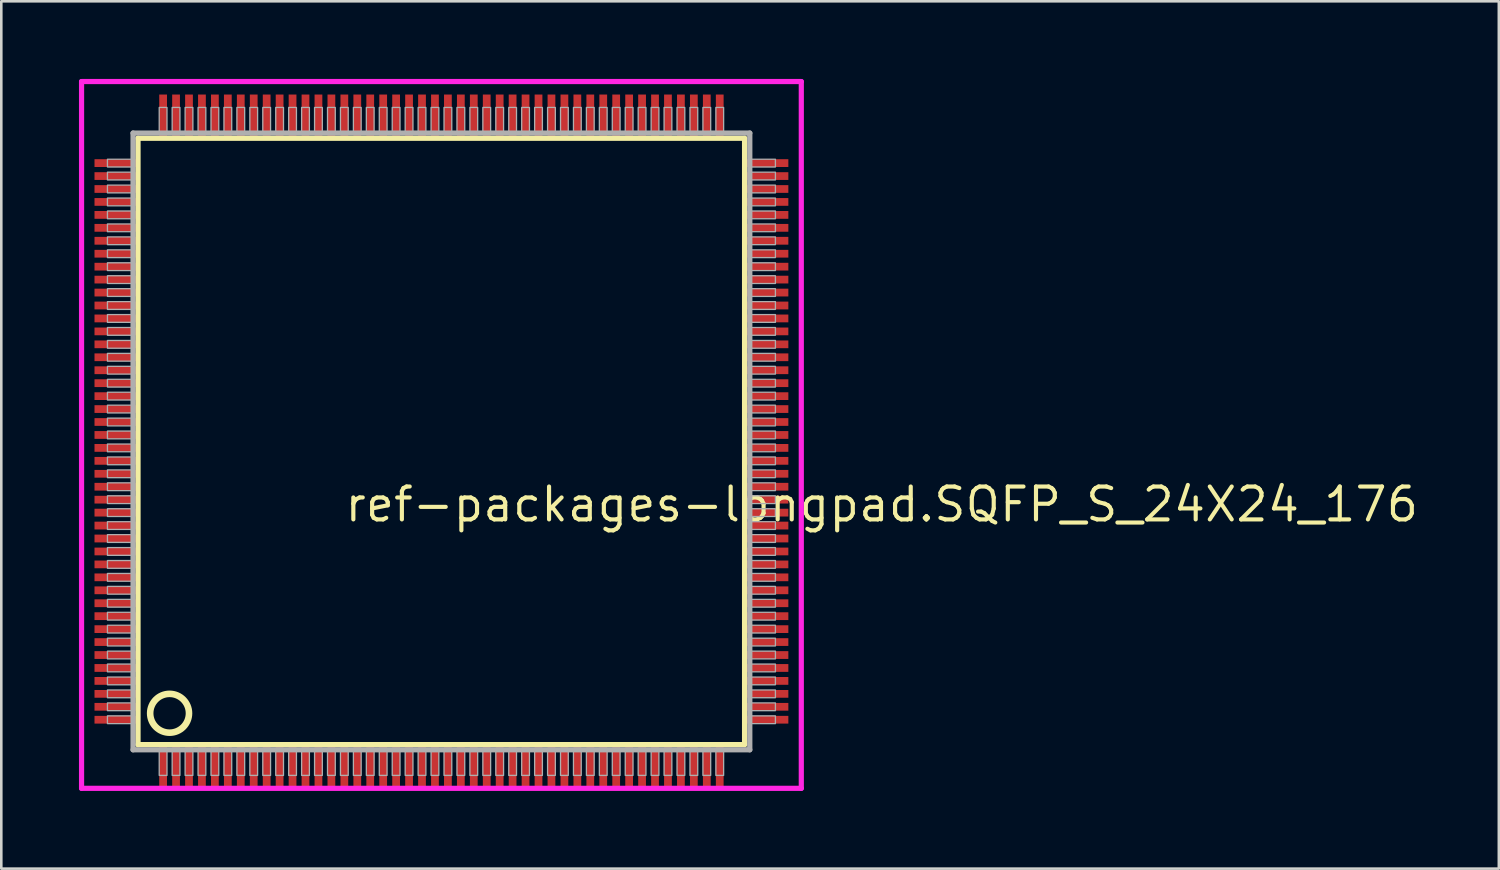
<source format=kicad_pcb>
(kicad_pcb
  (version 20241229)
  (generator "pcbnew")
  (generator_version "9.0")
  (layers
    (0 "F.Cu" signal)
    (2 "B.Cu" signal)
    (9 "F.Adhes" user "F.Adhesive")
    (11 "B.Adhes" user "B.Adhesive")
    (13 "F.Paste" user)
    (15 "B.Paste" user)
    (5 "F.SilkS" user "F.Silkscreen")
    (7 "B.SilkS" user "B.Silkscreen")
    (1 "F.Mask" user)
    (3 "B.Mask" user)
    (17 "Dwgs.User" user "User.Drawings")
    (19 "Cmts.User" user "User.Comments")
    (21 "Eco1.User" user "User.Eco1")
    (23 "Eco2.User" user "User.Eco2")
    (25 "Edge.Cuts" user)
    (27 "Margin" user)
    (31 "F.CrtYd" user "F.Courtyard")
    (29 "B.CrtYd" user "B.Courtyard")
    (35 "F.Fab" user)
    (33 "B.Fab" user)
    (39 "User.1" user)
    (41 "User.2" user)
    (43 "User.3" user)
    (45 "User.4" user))
  (footprint "ref-packages-longpad.SQFP_S_24X24_176"
    (layer "F.Cu")
    (at 14 14)
    (property "Reference" "ref-packages-longpad.SQFP_S_24X24_176" (at -3.81 3.175 0) (layer "F.SilkS") (effects (font (size 1.27 1.27) (thickness 0.16)) (justify left bottom)))
    (attr smd)
    (fp_line (start -11.72 -11.71) (end 11.71 -11.71) (stroke (width 0.203) (type default)) (layer "F.SilkS"))
    (fp_line (start -11.72 11.71) (end -11.72 -11.71) (stroke (width 0.203) (type default)) (layer "F.SilkS"))
    (fp_line (start 11.71 -11.71) (end 11.71 11.71) (stroke (width 0.203) (type default)) (layer "F.SilkS"))
    (fp_line (start 11.71 11.71) (end -11.72 11.71) (stroke (width 0.203) (type default)) (layer "F.SilkS"))
    (fp_circle (center -10.5 10.5) (end -9.75 10.5) (stroke (width 0.254) (type default)) (fill no) (layer "F.SilkS"))
    (fp_line (start -13.9 -13.9) (end 13.9 -13.9) (stroke (width 0.2) (type default)) (layer "F.CrtYd"))
    (fp_line (start -13.9 13.4) (end -13.9 -13.9) (stroke (width 0.2) (type default)) (layer "F.CrtYd"))
    (fp_line (start 13.9 -13.9) (end 13.9 13.4) (stroke (width 0.2) (type default)) (layer "F.CrtYd"))
    (fp_line (start 13.9 13.4) (end -13.9 13.4) (stroke (width 0.2) (type default)) (layer "F.CrtYd"))
    (fp_line (start -11.91 -11.91) (end -11.91 11.91) (stroke (width 0.203) (type default)) (layer "F.Fab"))
    (fp_line (start -11.91 11.91) (end 11.91 11.91) (stroke (width 0.203) (type default)) (layer "F.Fab"))
    (fp_line (start 11.91 -11.91) (end -11.91 -11.91) (stroke (width 0.203) (type default)) (layer "F.Fab"))
    (fp_line (start 11.91 11.91) (end 11.91 -11.91) (stroke (width 0.203) (type default)) (layer "F.Fab"))
    (fp_rect (start -12.9 -10.6) (end -11.95 -10.9) (stroke (width 0.05) (type default)) (fill no) (layer "F.Fab"))
    (fp_rect (start -12.9 -10.1) (end -11.95 -10.4) (stroke (width 0.05) (type default)) (fill no) (layer "F.Fab"))
    (fp_rect (start -12.9 -9.6) (end -11.95 -9.9) (stroke (width 0.05) (type default)) (fill no) (layer "F.Fab"))
    (fp_rect (start -12.9 -9.1) (end -11.95 -9.4) (stroke (width 0.05) (type default)) (fill no) (layer "F.Fab"))
    (fp_rect (start -12.9 -8.6) (end -11.95 -8.9) (stroke (width 0.05) (type default)) (fill no) (layer "F.Fab"))
    (fp_rect (start -12.9 -8.1) (end -11.95 -8.4) (stroke (width 0.05) (type default)) (fill no) (layer "F.Fab"))
    (fp_rect (start -12.9 -7.6) (end -11.95 -7.9) (stroke (width 0.05) (type default)) (fill no) (layer "F.Fab"))
    (fp_rect (start -12.9 -7.1) (end -11.95 -7.4) (stroke (width 0.05) (type default)) (fill no) (layer "F.Fab"))
    (fp_rect (start -12.9 -6.6) (end -11.95 -6.9) (stroke (width 0.05) (type default)) (fill no) (layer "F.Fab"))
    (fp_rect (start -12.9 -6.1) (end -11.95 -6.4) (stroke (width 0.05) (type default)) (fill no) (layer "F.Fab"))
    (fp_rect (start -12.9 -5.6) (end -11.95 -5.9) (stroke (width 0.05) (type default)) (fill no) (layer "F.Fab"))
    (fp_rect (start -12.9 -5.1) (end -11.95 -5.4) (stroke (width 0.05) (type default)) (fill no) (layer "F.Fab"))
    (fp_rect (start -12.9 -4.6) (end -11.95 -4.9) (stroke (width 0.05) (type default)) (fill no) (layer "F.Fab"))
    (fp_rect (start -12.9 -4.1) (end -11.95 -4.4) (stroke (width 0.05) (type default)) (fill no) (layer "F.Fab"))
    (fp_rect (start -12.9 -3.6) (end -11.95 -3.9) (stroke (width 0.05) (type default)) (fill no) (layer "F.Fab"))
    (fp_rect (start -12.9 -3.1) (end -11.95 -3.4) (stroke (width 0.05) (type default)) (fill no) (layer "F.Fab"))
    (fp_rect (start -12.9 -2.6) (end -11.95 -2.9) (stroke (width 0.05) (type default)) (fill no) (layer "F.Fab"))
    (fp_rect (start -12.9 -2.1) (end -11.95 -2.4) (stroke (width 0.05) (type default)) (fill no) (layer "F.Fab"))
    (fp_rect (start -12.9 -1.6) (end -11.95 -1.9) (stroke (width 0.05) (type default)) (fill no) (layer "F.Fab"))
    (fp_rect (start -12.9 -1.1) (end -11.95 -1.4) (stroke (width 0.05) (type default)) (fill no) (layer "F.Fab"))
    (fp_rect (start -12.9 -0.6) (end -11.95 -0.9) (stroke (width 0.05) (type default)) (fill no) (layer "F.Fab"))
    (fp_rect (start -12.9 -0.1) (end -11.95 -0.4) (stroke (width 0.05) (type default)) (fill no) (layer "F.Fab"))
    (fp_rect (start -12.9 0.4) (end -11.95 0.1) (stroke (width 0.05) (type default)) (fill no) (layer "F.Fab"))
    (fp_rect (start -12.9 0.9) (end -11.95 0.6) (stroke (width 0.05) (type default)) (fill no) (layer "F.Fab"))
    (fp_rect (start -12.9 1.4) (end -11.95 1.1) (stroke (width 0.05) (type default)) (fill no) (layer "F.Fab"))
    (fp_rect (start -12.9 1.9) (end -11.95 1.6) (stroke (width 0.05) (type default)) (fill no) (layer "F.Fab"))
    (fp_rect (start -12.9 2.4) (end -11.95 2.1) (stroke (width 0.05) (type default)) (fill no) (layer "F.Fab"))
    (fp_rect (start -12.9 2.9) (end -11.95 2.6) (stroke (width 0.05) (type default)) (fill no) (layer "F.Fab"))
    (fp_rect (start -12.9 3.4) (end -11.95 3.1) (stroke (width 0.05) (type default)) (fill no) (layer "F.Fab"))
    (fp_rect (start -12.9 3.9) (end -11.95 3.6) (stroke (width 0.05) (type default)) (fill no) (layer "F.Fab"))
    (fp_rect (start -12.9 4.4) (end -11.95 4.1) (stroke (width 0.05) (type default)) (fill no) (layer "F.Fab"))
    (fp_rect (start -12.9 4.9) (end -11.95 4.6) (stroke (width 0.05) (type default)) (fill no) (layer "F.Fab"))
    (fp_rect (start -12.9 5.4) (end -11.95 5.1) (stroke (width 0.05) (type default)) (fill no) (layer "F.Fab"))
    (fp_rect (start -12.9 5.9) (end -11.95 5.6) (stroke (width 0.05) (type default)) (fill no) (layer "F.Fab"))
    (fp_rect (start -12.9 6.4) (end -11.95 6.1) (stroke (width 0.05) (type default)) (fill no) (layer "F.Fab"))
    (fp_rect (start -12.9 6.9) (end -11.95 6.6) (stroke (width 0.05) (type default)) (fill no) (layer "F.Fab"))
    (fp_rect (start -12.9 7.4) (end -11.95 7.1) (stroke (width 0.05) (type default)) (fill no) (layer "F.Fab"))
    (fp_rect (start -12.9 7.9) (end -11.95 7.6) (stroke (width 0.05) (type default)) (fill no) (layer "F.Fab"))
    (fp_rect (start -12.9 8.4) (end -11.95 8.1) (stroke (width 0.05) (type default)) (fill no) (layer "F.Fab"))
    (fp_rect (start -12.9 8.9) (end -11.95 8.6) (stroke (width 0.05) (type default)) (fill no) (layer "F.Fab"))
    (fp_rect (start -12.9 9.4) (end -11.95 9.1) (stroke (width 0.05) (type default)) (fill no) (layer "F.Fab"))
    (fp_rect (start -12.9 9.9) (end -11.95 9.6) (stroke (width 0.05) (type default)) (fill no) (layer "F.Fab"))
    (fp_rect (start -12.9 10.4) (end -11.95 10.1) (stroke (width 0.05) (type default)) (fill no) (layer "F.Fab"))
    (fp_rect (start -12.9 10.9) (end -11.95 10.6) (stroke (width 0.05) (type default)) (fill no) (layer "F.Fab"))
    (fp_rect (start -10.9 -11.95) (end -10.6 -12.9) (stroke (width 0.05) (type default)) (fill no) (layer "F.Fab"))
    (fp_rect (start -10.9 12.9) (end -10.6 11.95) (stroke (width 0.05) (type default)) (fill no) (layer "F.Fab"))
    (fp_rect (start -10.4 -11.95) (end -10.1 -12.9) (stroke (width 0.05) (type default)) (fill no) (layer "F.Fab"))
    (fp_rect (start -10.4 12.9) (end -10.1 11.95) (stroke (width 0.05) (type default)) (fill no) (layer "F.Fab"))
    (fp_rect (start -9.9 -11.95) (end -9.6 -12.9) (stroke (width 0.05) (type default)) (fill no) (layer "F.Fab"))
    (fp_rect (start -9.9 12.9) (end -9.6 11.95) (stroke (width 0.05) (type default)) (fill no) (layer "F.Fab"))
    (fp_rect (start -9.4 -11.95) (end -9.1 -12.9) (stroke (width 0.05) (type default)) (fill no) (layer "F.Fab"))
    (fp_rect (start -9.4 12.9) (end -9.1 11.95) (stroke (width 0.05) (type default)) (fill no) (layer "F.Fab"))
    (fp_rect (start -8.9 -11.95) (end -8.6 -12.9) (stroke (width 0.05) (type default)) (fill no) (layer "F.Fab"))
    (fp_rect (start -8.9 12.9) (end -8.6 11.95) (stroke (width 0.05) (type default)) (fill no) (layer "F.Fab"))
    (fp_rect (start -8.4 -11.95) (end -8.1 -12.9) (stroke (width 0.05) (type default)) (fill no) (layer "F.Fab"))
    (fp_rect (start -8.4 12.9) (end -8.1 11.95) (stroke (width 0.05) (type default)) (fill no) (layer "F.Fab"))
    (fp_rect (start -7.9 -11.95) (end -7.6 -12.9) (stroke (width 0.05) (type default)) (fill no) (layer "F.Fab"))
    (fp_rect (start -7.9 12.9) (end -7.6 11.95) (stroke (width 0.05) (type default)) (fill no) (layer "F.Fab"))
    (fp_rect (start -7.4 -11.95) (end -7.1 -12.9) (stroke (width 0.05) (type default)) (fill no) (layer "F.Fab"))
    (fp_rect (start -7.4 12.9) (end -7.1 11.95) (stroke (width 0.05) (type default)) (fill no) (layer "F.Fab"))
    (fp_rect (start -6.9 -11.95) (end -6.6 -12.9) (stroke (width 0.05) (type default)) (fill no) (layer "F.Fab"))
    (fp_rect (start -6.9 12.9) (end -6.6 11.95) (stroke (width 0.05) (type default)) (fill no) (layer "F.Fab"))
    (fp_rect (start -6.4 -11.95) (end -6.1 -12.9) (stroke (width 0.05) (type default)) (fill no) (layer "F.Fab"))
    (fp_rect (start -6.4 12.9) (end -6.1 11.95) (stroke (width 0.05) (type default)) (fill no) (layer "F.Fab"))
    (fp_rect (start -5.9 -11.95) (end -5.6 -12.9) (stroke (width 0.05) (type default)) (fill no) (layer "F.Fab"))
    (fp_rect (start -5.9 12.9) (end -5.6 11.95) (stroke (width 0.05) (type default)) (fill no) (layer "F.Fab"))
    (fp_rect (start -5.4 -11.95) (end -5.1 -12.9) (stroke (width 0.05) (type default)) (fill no) (layer "F.Fab"))
    (fp_rect (start -5.4 12.9) (end -5.1 11.95) (stroke (width 0.05) (type default)) (fill no) (layer "F.Fab"))
    (fp_rect (start -4.9 -11.95) (end -4.6 -12.9) (stroke (width 0.05) (type default)) (fill no) (layer "F.Fab"))
    (fp_rect (start -4.9 12.9) (end -4.6 11.95) (stroke (width 0.05) (type default)) (fill no) (layer "F.Fab"))
    (fp_rect (start -4.4 -11.95) (end -4.1 -12.9) (stroke (width 0.05) (type default)) (fill no) (layer "F.Fab"))
    (fp_rect (start -4.4 12.9) (end -4.1 11.95) (stroke (width 0.05) (type default)) (fill no) (layer "F.Fab"))
    (fp_rect (start -3.9 -11.95) (end -3.6 -12.9) (stroke (width 0.05) (type default)) (fill no) (layer "F.Fab"))
    (fp_rect (start -3.9 12.9) (end -3.6 11.95) (stroke (width 0.05) (type default)) (fill no) (layer "F.Fab"))
    (fp_rect (start -3.4 -11.95) (end -3.1 -12.9) (stroke (width 0.05) (type default)) (fill no) (layer "F.Fab"))
    (fp_rect (start -3.4 12.9) (end -3.1 11.95) (stroke (width 0.05) (type default)) (fill no) (layer "F.Fab"))
    (fp_rect (start -2.9 -11.95) (end -2.6 -12.9) (stroke (width 0.05) (type default)) (fill no) (layer "F.Fab"))
    (fp_rect (start -2.9 12.9) (end -2.6 11.95) (stroke (width 0.05) (type default)) (fill no) (layer "F.Fab"))
    (fp_rect (start -2.4 -11.95) (end -2.1 -12.9) (stroke (width 0.05) (type default)) (fill no) (layer "F.Fab"))
    (fp_rect (start -2.4 12.9) (end -2.1 11.95) (stroke (width 0.05) (type default)) (fill no) (layer "F.Fab"))
    (fp_rect (start -1.9 -11.95) (end -1.6 -12.9) (stroke (width 0.05) (type default)) (fill no) (layer "F.Fab"))
    (fp_rect (start -1.9 12.9) (end -1.6 11.95) (stroke (width 0.05) (type default)) (fill no) (layer "F.Fab"))
    (fp_rect (start -1.4 -11.95) (end -1.1 -12.9) (stroke (width 0.05) (type default)) (fill no) (layer "F.Fab"))
    (fp_rect (start -1.4 12.9) (end -1.1 11.95) (stroke (width 0.05) (type default)) (fill no) (layer "F.Fab"))
    (fp_rect (start -0.9 -11.95) (end -0.6 -12.9) (stroke (width 0.05) (type default)) (fill no) (layer "F.Fab"))
    (fp_rect (start -0.9 12.9) (end -0.6 11.95) (stroke (width 0.05) (type default)) (fill no) (layer "F.Fab"))
    (fp_rect (start -0.4 -11.95) (end -0.1 -12.9) (stroke (width 0.05) (type default)) (fill no) (layer "F.Fab"))
    (fp_rect (start -0.4 12.9) (end -0.1 11.95) (stroke (width 0.05) (type default)) (fill no) (layer "F.Fab"))
    (fp_rect (start 0.1 -11.95) (end 0.4 -12.9) (stroke (width 0.05) (type default)) (fill no) (layer "F.Fab"))
    (fp_rect (start 0.1 12.9) (end 0.4 11.95) (stroke (width 0.05) (type default)) (fill no) (layer "F.Fab"))
    (fp_rect (start 0.6 -11.95) (end 0.9 -12.9) (stroke (width 0.05) (type default)) (fill no) (layer "F.Fab"))
    (fp_rect (start 0.6 12.9) (end 0.9 11.95) (stroke (width 0.05) (type default)) (fill no) (layer "F.Fab"))
    (fp_rect (start 1.1 -11.95) (end 1.4 -12.9) (stroke (width 0.05) (type default)) (fill no) (layer "F.Fab"))
    (fp_rect (start 1.1 12.9) (end 1.4 11.95) (stroke (width 0.05) (type default)) (fill no) (layer "F.Fab"))
    (fp_rect (start 1.6 -11.95) (end 1.9 -12.9) (stroke (width 0.05) (type default)) (fill no) (layer "F.Fab"))
    (fp_rect (start 1.6 12.9) (end 1.9 11.95) (stroke (width 0.05) (type default)) (fill no) (layer "F.Fab"))
    (fp_rect (start 2.1 -11.95) (end 2.4 -12.9) (stroke (width 0.05) (type default)) (fill no) (layer "F.Fab"))
    (fp_rect (start 2.1 12.9) (end 2.4 11.95) (stroke (width 0.05) (type default)) (fill no) (layer "F.Fab"))
    (fp_rect (start 2.6 -11.95) (end 2.9 -12.9) (stroke (width 0.05) (type default)) (fill no) (layer "F.Fab"))
    (fp_rect (start 2.6 12.9) (end 2.9 11.95) (stroke (width 0.05) (type default)) (fill no) (layer "F.Fab"))
    (fp_rect (start 3.1 -11.95) (end 3.4 -12.9) (stroke (width 0.05) (type default)) (fill no) (layer "F.Fab"))
    (fp_rect (start 3.1 12.9) (end 3.4 11.95) (stroke (width 0.05) (type default)) (fill no) (layer "F.Fab"))
    (fp_rect (start 3.6 -11.95) (end 3.9 -12.9) (stroke (width 0.05) (type default)) (fill no) (layer "F.Fab"))
    (fp_rect (start 3.6 12.9) (end 3.9 11.95) (stroke (width 0.05) (type default)) (fill no) (layer "F.Fab"))
    (fp_rect (start 4.1 -11.95) (end 4.4 -12.9) (stroke (width 0.05) (type default)) (fill no) (layer "F.Fab"))
    (fp_rect (start 4.1 12.9) (end 4.4 11.95) (stroke (width 0.05) (type default)) (fill no) (layer "F.Fab"))
    (fp_rect (start 4.6 -11.95) (end 4.9 -12.9) (stroke (width 0.05) (type default)) (fill no) (layer "F.Fab"))
    (fp_rect (start 4.6 12.9) (end 4.9 11.95) (stroke (width 0.05) (type default)) (fill no) (layer "F.Fab"))
    (fp_rect (start 5.1 -11.95) (end 5.4 -12.9) (stroke (width 0.05) (type default)) (fill no) (layer "F.Fab"))
    (fp_rect (start 5.1 12.9) (end 5.4 11.95) (stroke (width 0.05) (type default)) (fill no) (layer "F.Fab"))
    (fp_rect (start 5.6 -11.95) (end 5.9 -12.9) (stroke (width 0.05) (type default)) (fill no) (layer "F.Fab"))
    (fp_rect (start 5.6 12.9) (end 5.9 11.95) (stroke (width 0.05) (type default)) (fill no) (layer "F.Fab"))
    (fp_rect (start 6.1 -11.95) (end 6.4 -12.9) (stroke (width 0.05) (type default)) (fill no) (layer "F.Fab"))
    (fp_rect (start 6.1 12.9) (end 6.4 11.95) (stroke (width 0.05) (type default)) (fill no) (layer "F.Fab"))
    (fp_rect (start 6.6 -11.95) (end 6.9 -12.9) (stroke (width 0.05) (type default)) (fill no) (layer "F.Fab"))
    (fp_rect (start 6.6 12.9) (end 6.9 11.95) (stroke (width 0.05) (type default)) (fill no) (layer "F.Fab"))
    (fp_rect (start 7.1 -11.95) (end 7.4 -12.9) (stroke (width 0.05) (type default)) (fill no) (layer "F.Fab"))
    (fp_rect (start 7.1 12.9) (end 7.4 11.95) (stroke (width 0.05) (type default)) (fill no) (layer "F.Fab"))
    (fp_rect (start 7.6 -11.95) (end 7.9 -12.9) (stroke (width 0.05) (type default)) (fill no) (layer "F.Fab"))
    (fp_rect (start 7.6 12.9) (end 7.9 11.95) (stroke (width 0.05) (type default)) (fill no) (layer "F.Fab"))
    (fp_rect (start 8.1 -11.95) (end 8.4 -12.9) (stroke (width 0.05) (type default)) (fill no) (layer "F.Fab"))
    (fp_rect (start 8.1 12.9) (end 8.4 11.95) (stroke (width 0.05) (type default)) (fill no) (layer "F.Fab"))
    (fp_rect (start 8.6 -11.95) (end 8.9 -12.9) (stroke (width 0.05) (type default)) (fill no) (layer "F.Fab"))
    (fp_rect (start 8.6 12.9) (end 8.9 11.95) (stroke (width 0.05) (type default)) (fill no) (layer "F.Fab"))
    (fp_rect (start 9.1 -11.95) (end 9.4 -12.9) (stroke (width 0.05) (type default)) (fill no) (layer "F.Fab"))
    (fp_rect (start 9.1 12.9) (end 9.4 11.95) (stroke (width 0.05) (type default)) (fill no) (layer "F.Fab"))
    (fp_rect (start 9.6 -11.95) (end 9.9 -12.9) (stroke (width 0.05) (type default)) (fill no) (layer "F.Fab"))
    (fp_rect (start 9.6 12.9) (end 9.9 11.95) (stroke (width 0.05) (type default)) (fill no) (layer "F.Fab"))
    (fp_rect (start 10.1 -11.95) (end 10.4 -12.9) (stroke (width 0.05) (type default)) (fill no) (layer "F.Fab"))
    (fp_rect (start 10.1 12.9) (end 10.4 11.95) (stroke (width 0.05) (type default)) (fill no) (layer "F.Fab"))
    (fp_rect (start 10.6 -11.95) (end 10.9 -12.9) (stroke (width 0.05) (type default)) (fill no) (layer "F.Fab"))
    (fp_rect (start 10.6 12.9) (end 10.9 11.95) (stroke (width 0.05) (type default)) (fill no) (layer "F.Fab"))
    (fp_rect (start 11.95 -10.6) (end 12.9 -10.9) (stroke (width 0.05) (type default)) (fill no) (layer "F.Fab"))
    (fp_rect (start 11.95 -10.1) (end 12.9 -10.4) (stroke (width 0.05) (type default)) (fill no) (layer "F.Fab"))
    (fp_rect (start 11.95 -9.6) (end 12.9 -9.9) (stroke (width 0.05) (type default)) (fill no) (layer "F.Fab"))
    (fp_rect (start 11.95 -9.1) (end 12.9 -9.4) (stroke (width 0.05) (type default)) (fill no) (layer "F.Fab"))
    (fp_rect (start 11.95 -8.6) (end 12.9 -8.9) (stroke (width 0.05) (type default)) (fill no) (layer "F.Fab"))
    (fp_rect (start 11.95 -8.1) (end 12.9 -8.4) (stroke (width 0.05) (type default)) (fill no) (layer "F.Fab"))
    (fp_rect (start 11.95 -7.6) (end 12.9 -7.9) (stroke (width 0.05) (type default)) (fill no) (layer "F.Fab"))
    (fp_rect (start 11.95 -7.1) (end 12.9 -7.4) (stroke (width 0.05) (type default)) (fill no) (layer "F.Fab"))
    (fp_rect (start 11.95 -6.6) (end 12.9 -6.9) (stroke (width 0.05) (type default)) (fill no) (layer "F.Fab"))
    (fp_rect (start 11.95 -6.1) (end 12.9 -6.4) (stroke (width 0.05) (type default)) (fill no) (layer "F.Fab"))
    (fp_rect (start 11.95 -5.6) (end 12.9 -5.9) (stroke (width 0.05) (type default)) (fill no) (layer "F.Fab"))
    (fp_rect (start 11.95 -5.1) (end 12.9 -5.4) (stroke (width 0.05) (type default)) (fill no) (layer "F.Fab"))
    (fp_rect (start 11.95 -4.6) (end 12.9 -4.9) (stroke (width 0.05) (type default)) (fill no) (layer "F.Fab"))
    (fp_rect (start 11.95 -4.1) (end 12.9 -4.4) (stroke (width 0.05) (type default)) (fill no) (layer "F.Fab"))
    (fp_rect (start 11.95 -3.6) (end 12.9 -3.9) (stroke (width 0.05) (type default)) (fill no) (layer "F.Fab"))
    (fp_rect (start 11.95 -3.1) (end 12.9 -3.4) (stroke (width 0.05) (type default)) (fill no) (layer "F.Fab"))
    (fp_rect (start 11.95 -2.6) (end 12.9 -2.9) (stroke (width 0.05) (type default)) (fill no) (layer "F.Fab"))
    (fp_rect (start 11.95 -2.1) (end 12.9 -2.4) (stroke (width 0.05) (type default)) (fill no) (layer "F.Fab"))
    (fp_rect (start 11.95 -1.6) (end 12.9 -1.9) (stroke (width 0.05) (type default)) (fill no) (layer "F.Fab"))
    (fp_rect (start 11.95 -1.1) (end 12.9 -1.4) (stroke (width 0.05) (type default)) (fill no) (layer "F.Fab"))
    (fp_rect (start 11.95 -0.6) (end 12.9 -0.9) (stroke (width 0.05) (type default)) (fill no) (layer "F.Fab"))
    (fp_rect (start 11.95 -0.1) (end 12.9 -0.4) (stroke (width 0.05) (type default)) (fill no) (layer "F.Fab"))
    (fp_rect (start 11.95 0.4) (end 12.9 0.1) (stroke (width 0.05) (type default)) (fill no) (layer "F.Fab"))
    (fp_rect (start 11.95 0.9) (end 12.9 0.6) (stroke (width 0.05) (type default)) (fill no) (layer "F.Fab"))
    (fp_rect (start 11.95 1.4) (end 12.9 1.1) (stroke (width 0.05) (type default)) (fill no) (layer "F.Fab"))
    (fp_rect (start 11.95 1.9) (end 12.9 1.6) (stroke (width 0.05) (type default)) (fill no) (layer "F.Fab"))
    (fp_rect (start 11.95 2.4) (end 12.9 2.1) (stroke (width 0.05) (type default)) (fill no) (layer "F.Fab"))
    (fp_rect (start 11.95 2.9) (end 12.9 2.6) (stroke (width 0.05) (type default)) (fill no) (layer "F.Fab"))
    (fp_rect (start 11.95 3.4) (end 12.9 3.1) (stroke (width 0.05) (type default)) (fill no) (layer "F.Fab"))
    (fp_rect (start 11.95 3.9) (end 12.9 3.6) (stroke (width 0.05) (type default)) (fill no) (layer "F.Fab"))
    (fp_rect (start 11.95 4.4) (end 12.9 4.1) (stroke (width 0.05) (type default)) (fill no) (layer "F.Fab"))
    (fp_rect (start 11.95 4.9) (end 12.9 4.6) (stroke (width 0.05) (type default)) (fill no) (layer "F.Fab"))
    (fp_rect (start 11.95 5.4) (end 12.9 5.1) (stroke (width 0.05) (type default)) (fill no) (layer "F.Fab"))
    (fp_rect (start 11.95 5.9) (end 12.9 5.6) (stroke (width 0.05) (type default)) (fill no) (layer "F.Fab"))
    (fp_rect (start 11.95 6.4) (end 12.9 6.1) (stroke (width 0.05) (type default)) (fill no) (layer "F.Fab"))
    (fp_rect (start 11.95 6.9) (end 12.9 6.6) (stroke (width 0.05) (type default)) (fill no) (layer "F.Fab"))
    (fp_rect (start 11.95 7.4) (end 12.9 7.1) (stroke (width 0.05) (type default)) (fill no) (layer "F.Fab"))
    (fp_rect (start 11.95 7.9) (end 12.9 7.6) (stroke (width 0.05) (type default)) (fill no) (layer "F.Fab"))
    (fp_rect (start 11.95 8.4) (end 12.9 8.1) (stroke (width 0.05) (type default)) (fill no) (layer "F.Fab"))
    (fp_rect (start 11.95 8.9) (end 12.9 8.6) (stroke (width 0.05) (type default)) (fill no) (layer "F.Fab"))
    (fp_rect (start 11.95 9.4) (end 12.9 9.1) (stroke (width 0.05) (type default)) (fill no) (layer "F.Fab"))
    (fp_rect (start 11.95 9.9) (end 12.9 9.6) (stroke (width 0.05) (type default)) (fill no) (layer "F.Fab"))
    (fp_rect (start 11.95 10.4) (end 12.9 10.1) (stroke (width 0.05) (type default)) (fill no) (layer "F.Fab"))
    (fp_rect (start 11.95 10.9) (end 12.9 10.6) (stroke (width 0.05) (type default)) (fill no) (layer "F.Fab"))
    (pad "1" smd roundrect (at -10.75 12.6) (size 0.3 1.6) (layers "F.Cu" "F.Mask" "F.Paste") (roundrect_rratio 0.01))
    (pad "2" smd roundrect (at -10.25 12.6) (size 0.3 1.6) (layers "F.Cu" "F.Mask" "F.Paste") (roundrect_rratio 0.01))
    (pad "3" smd roundrect (at -9.75 12.6) (size 0.3 1.6) (layers "F.Cu" "F.Mask" "F.Paste") (roundrect_rratio 0.01))
    (pad "4" smd roundrect (at -9.25 12.6) (size 0.3 1.6) (layers "F.Cu" "F.Mask" "F.Paste") (roundrect_rratio 0.01))
    (pad "5" smd roundrect (at -8.75 12.6) (size 0.3 1.6) (layers "F.Cu" "F.Mask" "F.Paste") (roundrect_rratio 0.01))
    (pad "6" smd roundrect (at -8.25 12.6) (size 0.3 1.6) (layers "F.Cu" "F.Mask" "F.Paste") (roundrect_rratio 0.01))
    (pad "7" smd roundrect (at -7.75 12.6) (size 0.3 1.6) (layers "F.Cu" "F.Mask" "F.Paste") (roundrect_rratio 0.01))
    (pad "8" smd roundrect (at -7.25 12.6) (size 0.3 1.6) (layers "F.Cu" "F.Mask" "F.Paste") (roundrect_rratio 0.01))
    (pad "9" smd roundrect (at -6.75 12.6) (size 0.3 1.6) (layers "F.Cu" "F.Mask" "F.Paste") (roundrect_rratio 0.01))
    (pad "10" smd roundrect (at -6.25 12.6) (size 0.3 1.6) (layers "F.Cu" "F.Mask" "F.Paste") (roundrect_rratio 0.01))
    (pad "11" smd roundrect (at -5.75 12.6) (size 0.3 1.6) (layers "F.Cu" "F.Mask" "F.Paste") (roundrect_rratio 0.01))
    (pad "12" smd roundrect (at -5.25 12.6) (size 0.3 1.6) (layers "F.Cu" "F.Mask" "F.Paste") (roundrect_rratio 0.01))
    (pad "13" smd roundrect (at -4.75 12.6) (size 0.3 1.6) (layers "F.Cu" "F.Mask" "F.Paste") (roundrect_rratio 0.01))
    (pad "14" smd roundrect (at -4.25 12.6) (size 0.3 1.6) (layers "F.Cu" "F.Mask" "F.Paste") (roundrect_rratio 0.01))
    (pad "15" smd roundrect (at -3.75 12.6) (size 0.3 1.6) (layers "F.Cu" "F.Mask" "F.Paste") (roundrect_rratio 0.01))
    (pad "16" smd roundrect (at -3.25 12.6) (size 0.3 1.6) (layers "F.Cu" "F.Mask" "F.Paste") (roundrect_rratio 0.01))
    (pad "17" smd roundrect (at -2.75 12.6) (size 0.3 1.6) (layers "F.Cu" "F.Mask" "F.Paste") (roundrect_rratio 0.01))
    (pad "18" smd roundrect (at -2.25 12.6) (size 0.3 1.6) (layers "F.Cu" "F.Mask" "F.Paste") (roundrect_rratio 0.01))
    (pad "19" smd roundrect (at -1.75 12.6) (size 0.3 1.6) (layers "F.Cu" "F.Mask" "F.Paste") (roundrect_rratio 0.01))
    (pad "20" smd roundrect (at -1.25 12.6) (size 0.3 1.6) (layers "F.Cu" "F.Mask" "F.Paste") (roundrect_rratio 0.01))
    (pad "21" smd roundrect (at -0.75 12.6) (size 0.3 1.6) (layers "F.Cu" "F.Mask" "F.Paste") (roundrect_rratio 0.01))
    (pad "22" smd roundrect (at -0.25 12.6) (size 0.3 1.6) (layers "F.Cu" "F.Mask" "F.Paste") (roundrect_rratio 0.01))
    (pad "23" smd roundrect (at 0.25 12.6) (size 0.3 1.6) (layers "F.Cu" "F.Mask" "F.Paste") (roundrect_rratio 0.01))
    (pad "24" smd roundrect (at 0.75 12.6) (size 0.3 1.6) (layers "F.Cu" "F.Mask" "F.Paste") (roundrect_rratio 0.01))
    (pad "25" smd roundrect (at 1.25 12.6) (size 0.3 1.6) (layers "F.Cu" "F.Mask" "F.Paste") (roundrect_rratio 0.01))
    (pad "26" smd roundrect (at 1.75 12.6) (size 0.3 1.6) (layers "F.Cu" "F.Mask" "F.Paste") (roundrect_rratio 0.01))
    (pad "27" smd roundrect (at 2.25 12.6) (size 0.3 1.6) (layers "F.Cu" "F.Mask" "F.Paste") (roundrect_rratio 0.01))
    (pad "28" smd roundrect (at 2.75 12.6) (size 0.3 1.6) (layers "F.Cu" "F.Mask" "F.Paste") (roundrect_rratio 0.01))
    (pad "29" smd roundrect (at 3.25 12.6) (size 0.3 1.6) (layers "F.Cu" "F.Mask" "F.Paste") (roundrect_rratio 0.01))
    (pad "30" smd roundrect (at 3.75 12.6) (size 0.3 1.6) (layers "F.Cu" "F.Mask" "F.Paste") (roundrect_rratio 0.01))
    (pad "31" smd roundrect (at 4.25 12.6) (size 0.3 1.6) (layers "F.Cu" "F.Mask" "F.Paste") (roundrect_rratio 0.01))
    (pad "32" smd roundrect (at 4.75 12.6) (size 0.3 1.6) (layers "F.Cu" "F.Mask" "F.Paste") (roundrect_rratio 0.01))
    (pad "33" smd roundrect (at 5.25 12.6) (size 0.3 1.6) (layers "F.Cu" "F.Mask" "F.Paste") (roundrect_rratio 0.01))
    (pad "34" smd roundrect (at 5.75 12.6) (size 0.3 1.6) (layers "F.Cu" "F.Mask" "F.Paste") (roundrect_rratio 0.01))
    (pad "35" smd roundrect (at 6.25 12.6) (size 0.3 1.6) (layers "F.Cu" "F.Mask" "F.Paste") (roundrect_rratio 0.01))
    (pad "36" smd roundrect (at 6.75 12.6) (size 0.3 1.6) (layers "F.Cu" "F.Mask" "F.Paste") (roundrect_rratio 0.01))
    (pad "37" smd roundrect (at 7.25 12.6) (size 0.3 1.6) (layers "F.Cu" "F.Mask" "F.Paste") (roundrect_rratio 0.01))
    (pad "38" smd roundrect (at 7.75 12.6) (size 0.3 1.6) (layers "F.Cu" "F.Mask" "F.Paste") (roundrect_rratio 0.01))
    (pad "39" smd roundrect (at 8.25 12.6) (size 0.3 1.6) (layers "F.Cu" "F.Mask" "F.Paste") (roundrect_rratio 0.01))
    (pad "40" smd roundrect (at 8.75 12.6) (size 0.3 1.6) (layers "F.Cu" "F.Mask" "F.Paste") (roundrect_rratio 0.01))
    (pad "41" smd roundrect (at 9.25 12.6) (size 0.3 1.6) (layers "F.Cu" "F.Mask" "F.Paste") (roundrect_rratio 0.01))
    (pad "42" smd roundrect (at 9.75 12.6) (size 0.3 1.6) (layers "F.Cu" "F.Mask" "F.Paste") (roundrect_rratio 0.01))
    (pad "43" smd roundrect (at 10.25 12.6) (size 0.3 1.6) (layers "F.Cu" "F.Mask" "F.Paste") (roundrect_rratio 0.01))
    (pad "44" smd roundrect (at 10.75 12.6) (size 0.3 1.6) (layers "F.Cu" "F.Mask" "F.Paste") (roundrect_rratio 0.01))
    (pad "45" smd roundrect (at 12.6 10.75) (size 1.6 0.3) (layers "F.Cu" "F.Mask" "F.Paste") (roundrect_rratio 0.01))
    (pad "46" smd roundrect (at 12.6 10.25) (size 1.6 0.3) (layers "F.Cu" "F.Mask" "F.Paste") (roundrect_rratio 0.01))
    (pad "47" smd roundrect (at 12.6 9.75) (size 1.6 0.3) (layers "F.Cu" "F.Mask" "F.Paste") (roundrect_rratio 0.01))
    (pad "48" smd roundrect (at 12.6 9.25) (size 1.6 0.3) (layers "F.Cu" "F.Mask" "F.Paste") (roundrect_rratio 0.01))
    (pad "49" smd roundrect (at 12.6 8.75) (size 1.6 0.3) (layers "F.Cu" "F.Mask" "F.Paste") (roundrect_rratio 0.01))
    (pad "50" smd roundrect (at 12.6 8.25) (size 1.6 0.3) (layers "F.Cu" "F.Mask" "F.Paste") (roundrect_rratio 0.01))
    (pad "51" smd roundrect (at 12.6 7.75) (size 1.6 0.3) (layers "F.Cu" "F.Mask" "F.Paste") (roundrect_rratio 0.01))
    (pad "52" smd roundrect (at 12.6 7.25) (size 1.6 0.3) (layers "F.Cu" "F.Mask" "F.Paste") (roundrect_rratio 0.01))
    (pad "53" smd roundrect (at 12.6 6.75) (size 1.6 0.3) (layers "F.Cu" "F.Mask" "F.Paste") (roundrect_rratio 0.01))
    (pad "54" smd roundrect (at 12.6 6.25) (size 1.6 0.3) (layers "F.Cu" "F.Mask" "F.Paste") (roundrect_rratio 0.01))
    (pad "55" smd roundrect (at 12.6 5.75) (size 1.6 0.3) (layers "F.Cu" "F.Mask" "F.Paste") (roundrect_rratio 0.01))
    (pad "56" smd roundrect (at 12.6 5.25) (size 1.6 0.3) (layers "F.Cu" "F.Mask" "F.Paste") (roundrect_rratio 0.01))
    (pad "57" smd roundrect (at 12.6 4.75) (size 1.6 0.3) (layers "F.Cu" "F.Mask" "F.Paste") (roundrect_rratio 0.01))
    (pad "58" smd roundrect (at 12.6 4.25) (size 1.6 0.3) (layers "F.Cu" "F.Mask" "F.Paste") (roundrect_rratio 0.01))
    (pad "59" smd roundrect (at 12.6 3.75) (size 1.6 0.3) (layers "F.Cu" "F.Mask" "F.Paste") (roundrect_rratio 0.01))
    (pad "60" smd roundrect (at 12.6 3.25) (size 1.6 0.3) (layers "F.Cu" "F.Mask" "F.Paste") (roundrect_rratio 0.01))
    (pad "61" smd roundrect (at 12.6 2.75) (size 1.6 0.3) (layers "F.Cu" "F.Mask" "F.Paste") (roundrect_rratio 0.01))
    (pad "62" smd roundrect (at 12.6 2.25) (size 1.6 0.3) (layers "F.Cu" "F.Mask" "F.Paste") (roundrect_rratio 0.01))
    (pad "63" smd roundrect (at 12.6 1.75) (size 1.6 0.3) (layers "F.Cu" "F.Mask" "F.Paste") (roundrect_rratio 0.01))
    (pad "64" smd roundrect (at 12.6 1.25) (size 1.6 0.3) (layers "F.Cu" "F.Mask" "F.Paste") (roundrect_rratio 0.01))
    (pad "65" smd roundrect (at 12.6 0.75) (size 1.6 0.3) (layers "F.Cu" "F.Mask" "F.Paste") (roundrect_rratio 0.01))
    (pad "66" smd roundrect (at 12.6 0.25) (size 1.6 0.3) (layers "F.Cu" "F.Mask" "F.Paste") (roundrect_rratio 0.01))
    (pad "67" smd roundrect (at 12.6 -0.25) (size 1.6 0.3) (layers "F.Cu" "F.Mask" "F.Paste") (roundrect_rratio 0.01))
    (pad "68" smd roundrect (at 12.6 -0.75) (size 1.6 0.3) (layers "F.Cu" "F.Mask" "F.Paste") (roundrect_rratio 0.01))
    (pad "69" smd roundrect (at 12.6 -1.25) (size 1.6 0.3) (layers "F.Cu" "F.Mask" "F.Paste") (roundrect_rratio 0.01))
    (pad "70" smd roundrect (at 12.6 -1.75) (size 1.6 0.3) (layers "F.Cu" "F.Mask" "F.Paste") (roundrect_rratio 0.01))
    (pad "71" smd roundrect (at 12.6 -2.25) (size 1.6 0.3) (layers "F.Cu" "F.Mask" "F.Paste") (roundrect_rratio 0.01))
    (pad "72" smd roundrect (at 12.6 -2.75) (size 1.6 0.3) (layers "F.Cu" "F.Mask" "F.Paste") (roundrect_rratio 0.01))
    (pad "73" smd roundrect (at 12.6 -3.25) (size 1.6 0.3) (layers "F.Cu" "F.Mask" "F.Paste") (roundrect_rratio 0.01))
    (pad "74" smd roundrect (at 12.6 -3.75) (size 1.6 0.3) (layers "F.Cu" "F.Mask" "F.Paste") (roundrect_rratio 0.01))
    (pad "75" smd roundrect (at 12.6 -4.25) (size 1.6 0.3) (layers "F.Cu" "F.Mask" "F.Paste") (roundrect_rratio 0.01))
    (pad "76" smd roundrect (at 12.6 -4.75) (size 1.6 0.3) (layers "F.Cu" "F.Mask" "F.Paste") (roundrect_rratio 0.01))
    (pad "77" smd roundrect (at 12.6 -5.25) (size 1.6 0.3) (layers "F.Cu" "F.Mask" "F.Paste") (roundrect_rratio 0.01))
    (pad "78" smd roundrect (at 12.6 -5.75) (size 1.6 0.3) (layers "F.Cu" "F.Mask" "F.Paste") (roundrect_rratio 0.01))
    (pad "79" smd roundrect (at 12.6 -6.25) (size 1.6 0.3) (layers "F.Cu" "F.Mask" "F.Paste") (roundrect_rratio 0.01))
    (pad "80" smd roundrect (at 12.6 -6.75) (size 1.6 0.3) (layers "F.Cu" "F.Mask" "F.Paste") (roundrect_rratio 0.01))
    (pad "81" smd roundrect (at 12.6 -7.25) (size 1.6 0.3) (layers "F.Cu" "F.Mask" "F.Paste") (roundrect_rratio 0.01))
    (pad "82" smd roundrect (at 12.6 -7.75) (size 1.6 0.3) (layers "F.Cu" "F.Mask" "F.Paste") (roundrect_rratio 0.01))
    (pad "83" smd roundrect (at 12.6 -8.25) (size 1.6 0.3) (layers "F.Cu" "F.Mask" "F.Paste") (roundrect_rratio 0.01))
    (pad "84" smd roundrect (at 12.6 -8.75) (size 1.6 0.3) (layers "F.Cu" "F.Mask" "F.Paste") (roundrect_rratio 0.01))
    (pad "85" smd roundrect (at 12.6 -9.25) (size 1.6 0.3) (layers "F.Cu" "F.Mask" "F.Paste") (roundrect_rratio 0.01))
    (pad "86" smd roundrect (at 12.6 -9.75) (size 1.6 0.3) (layers "F.Cu" "F.Mask" "F.Paste") (roundrect_rratio 0.01))
    (pad "87" smd roundrect (at 12.6 -10.25) (size 1.6 0.3) (layers "F.Cu" "F.Mask" "F.Paste") (roundrect_rratio 0.01))
    (pad "88" smd roundrect (at 12.6 -10.75) (size 1.6 0.3) (layers "F.Cu" "F.Mask" "F.Paste") (roundrect_rratio 0.01))
    (pad "89" smd roundrect (at 10.75 -12.6) (size 0.3 1.6) (layers "F.Cu" "F.Mask" "F.Paste") (roundrect_rratio 0.01))
    (pad "90" smd roundrect (at 10.25 -12.6) (size 0.3 1.6) (layers "F.Cu" "F.Mask" "F.Paste") (roundrect_rratio 0.01))
    (pad "91" smd roundrect (at 9.75 -12.6) (size 0.3 1.6) (layers "F.Cu" "F.Mask" "F.Paste") (roundrect_rratio 0.01))
    (pad "92" smd roundrect (at 9.25 -12.6) (size 0.3 1.6) (layers "F.Cu" "F.Mask" "F.Paste") (roundrect_rratio 0.01))
    (pad "93" smd roundrect (at 8.75 -12.6) (size 0.3 1.6) (layers "F.Cu" "F.Mask" "F.Paste") (roundrect_rratio 0.01))
    (pad "94" smd roundrect (at 8.25 -12.6) (size 0.3 1.6) (layers "F.Cu" "F.Mask" "F.Paste") (roundrect_rratio 0.01))
    (pad "95" smd roundrect (at 7.75 -12.6) (size 0.3 1.6) (layers "F.Cu" "F.Mask" "F.Paste") (roundrect_rratio 0.01))
    (pad "96" smd roundrect (at 7.25 -12.6) (size 0.3 1.6) (layers "F.Cu" "F.Mask" "F.Paste") (roundrect_rratio 0.01))
    (pad "97" smd roundrect (at 6.75 -12.6) (size 0.3 1.6) (layers "F.Cu" "F.Mask" "F.Paste") (roundrect_rratio 0.01))
    (pad "98" smd roundrect (at 6.25 -12.6) (size 0.3 1.6) (layers "F.Cu" "F.Mask" "F.Paste") (roundrect_rratio 0.01))
    (pad "99" smd roundrect (at 5.75 -12.6) (size 0.3 1.6) (layers "F.Cu" "F.Mask" "F.Paste") (roundrect_rratio 0.01))
    (pad "100" smd roundrect (at 5.25 -12.6) (size 0.3 1.6) (layers "F.Cu" "F.Mask" "F.Paste") (roundrect_rratio 0.01))
    (pad "101" smd roundrect (at 4.75 -12.6) (size 0.3 1.6) (layers "F.Cu" "F.Mask" "F.Paste") (roundrect_rratio 0.01))
    (pad "102" smd roundrect (at 4.25 -12.6) (size 0.3 1.6) (layers "F.Cu" "F.Mask" "F.Paste") (roundrect_rratio 0.01))
    (pad "103" smd roundrect (at 3.75 -12.6) (size 0.3 1.6) (layers "F.Cu" "F.Mask" "F.Paste") (roundrect_rratio 0.01))
    (pad "104" smd roundrect (at 3.25 -12.6) (size 0.3 1.6) (layers "F.Cu" "F.Mask" "F.Paste") (roundrect_rratio 0.01))
    (pad "105" smd roundrect (at 2.75 -12.6) (size 0.3 1.6) (layers "F.Cu" "F.Mask" "F.Paste") (roundrect_rratio 0.01))
    (pad "106" smd roundrect (at 2.25 -12.6) (size 0.3 1.6) (layers "F.Cu" "F.Mask" "F.Paste") (roundrect_rratio 0.01))
    (pad "107" smd roundrect (at 1.75 -12.6) (size 0.3 1.6) (layers "F.Cu" "F.Mask" "F.Paste") (roundrect_rratio 0.01))
    (pad "108" smd roundrect (at 1.25 -12.6) (size 0.3 1.6) (layers "F.Cu" "F.Mask" "F.Paste") (roundrect_rratio 0.01))
    (pad "109" smd roundrect (at 0.75 -12.6) (size 0.3 1.6) (layers "F.Cu" "F.Mask" "F.Paste") (roundrect_rratio 0.01))
    (pad "110" smd roundrect (at 0.25 -12.6) (size 0.3 1.6) (layers "F.Cu" "F.Mask" "F.Paste") (roundrect_rratio 0.01))
    (pad "111" smd roundrect (at -0.25 -12.6) (size 0.3 1.6) (layers "F.Cu" "F.Mask" "F.Paste") (roundrect_rratio 0.01))
    (pad "112" smd roundrect (at -0.75 -12.6) (size 0.3 1.6) (layers "F.Cu" "F.Mask" "F.Paste") (roundrect_rratio 0.01))
    (pad "113" smd roundrect (at -1.25 -12.6) (size 0.3 1.6) (layers "F.Cu" "F.Mask" "F.Paste") (roundrect_rratio 0.01))
    (pad "114" smd roundrect (at -1.75 -12.6) (size 0.3 1.6) (layers "F.Cu" "F.Mask" "F.Paste") (roundrect_rratio 0.01))
    (pad "115" smd roundrect (at -2.25 -12.6) (size 0.3 1.6) (layers "F.Cu" "F.Mask" "F.Paste") (roundrect_rratio 0.01))
    (pad "116" smd roundrect (at -2.75 -12.6) (size 0.3 1.6) (layers "F.Cu" "F.Mask" "F.Paste") (roundrect_rratio 0.01))
    (pad "117" smd roundrect (at -3.25 -12.6) (size 0.3 1.6) (layers "F.Cu" "F.Mask" "F.Paste") (roundrect_rratio 0.01))
    (pad "118" smd roundrect (at -3.75 -12.6) (size 0.3 1.6) (layers "F.Cu" "F.Mask" "F.Paste") (roundrect_rratio 0.01))
    (pad "119" smd roundrect (at -4.25 -12.6) (size 0.3 1.6) (layers "F.Cu" "F.Mask" "F.Paste") (roundrect_rratio 0.01))
    (pad "120" smd roundrect (at -4.75 -12.6) (size 0.3 1.6) (layers "F.Cu" "F.Mask" "F.Paste") (roundrect_rratio 0.01))
    (pad "121" smd roundrect (at -5.25 -12.6) (size 0.3 1.6) (layers "F.Cu" "F.Mask" "F.Paste") (roundrect_rratio 0.01))
    (pad "122" smd roundrect (at -5.75 -12.6) (size 0.3 1.6) (layers "F.Cu" "F.Mask" "F.Paste") (roundrect_rratio 0.01))
    (pad "123" smd roundrect (at -6.25 -12.6) (size 0.3 1.6) (layers "F.Cu" "F.Mask" "F.Paste") (roundrect_rratio 0.01))
    (pad "124" smd roundrect (at -6.75 -12.6) (size 0.3 1.6) (layers "F.Cu" "F.Mask" "F.Paste") (roundrect_rratio 0.01))
    (pad "125" smd roundrect (at -7.25 -12.6) (size 0.3 1.6) (layers "F.Cu" "F.Mask" "F.Paste") (roundrect_rratio 0.01))
    (pad "126" smd roundrect (at -7.75 -12.6) (size 0.3 1.6) (layers "F.Cu" "F.Mask" "F.Paste") (roundrect_rratio 0.01))
    (pad "127" smd roundrect (at -8.25 -12.6) (size 0.3 1.6) (layers "F.Cu" "F.Mask" "F.Paste") (roundrect_rratio 0.01))
    (pad "128" smd roundrect (at -8.75 -12.6) (size 0.3 1.6) (layers "F.Cu" "F.Mask" "F.Paste") (roundrect_rratio 0.01))
    (pad "129" smd roundrect (at -9.25 -12.6) (size 0.3 1.6) (layers "F.Cu" "F.Mask" "F.Paste") (roundrect_rratio 0.01))
    (pad "130" smd roundrect (at -9.75 -12.6) (size 0.3 1.6) (layers "F.Cu" "F.Mask" "F.Paste") (roundrect_rratio 0.01))
    (pad "131" smd roundrect (at -10.25 -12.6) (size 0.3 1.6) (layers "F.Cu" "F.Mask" "F.Paste") (roundrect_rratio 0.01))
    (pad "132" smd roundrect (at -10.75 -12.6) (size 0.3 1.6) (layers "F.Cu" "F.Mask" "F.Paste") (roundrect_rratio 0.01))
    (pad "133" smd roundrect (at -12.6 -10.75) (size 1.6 0.3) (layers "F.Cu" "F.Mask" "F.Paste") (roundrect_rratio 0.01))
    (pad "134" smd roundrect (at -12.6 -10.25) (size 1.6 0.3) (layers "F.Cu" "F.Mask" "F.Paste") (roundrect_rratio 0.01))
    (pad "135" smd roundrect (at -12.6 -9.75) (size 1.6 0.3) (layers "F.Cu" "F.Mask" "F.Paste") (roundrect_rratio 0.01))
    (pad "136" smd roundrect (at -12.6 -9.25) (size 1.6 0.3) (layers "F.Cu" "F.Mask" "F.Paste") (roundrect_rratio 0.01))
    (pad "137" smd roundrect (at -12.6 -8.75) (size 1.6 0.3) (layers "F.Cu" "F.Mask" "F.Paste") (roundrect_rratio 0.01))
    (pad "138" smd roundrect (at -12.6 -8.25) (size 1.6 0.3) (layers "F.Cu" "F.Mask" "F.Paste") (roundrect_rratio 0.01))
    (pad "139" smd roundrect (at -12.6 -7.75) (size 1.6 0.3) (layers "F.Cu" "F.Mask" "F.Paste") (roundrect_rratio 0.01))
    (pad "140" smd roundrect (at -12.6 -7.25) (size 1.6 0.3) (layers "F.Cu" "F.Mask" "F.Paste") (roundrect_rratio 0.01))
    (pad "141" smd roundrect (at -12.6 -6.75) (size 1.6 0.3) (layers "F.Cu" "F.Mask" "F.Paste") (roundrect_rratio 0.01))
    (pad "142" smd roundrect (at -12.6 -6.25) (size 1.6 0.3) (layers "F.Cu" "F.Mask" "F.Paste") (roundrect_rratio 0.01))
    (pad "143" smd roundrect (at -12.6 -5.75) (size 1.6 0.3) (layers "F.Cu" "F.Mask" "F.Paste") (roundrect_rratio 0.01))
    (pad "144" smd roundrect (at -12.6 -5.25) (size 1.6 0.3) (layers "F.Cu" "F.Mask" "F.Paste") (roundrect_rratio 0.01))
    (pad "145" smd roundrect (at -12.6 -4.75) (size 1.6 0.3) (layers "F.Cu" "F.Mask" "F.Paste") (roundrect_rratio 0.01))
    (pad "146" smd roundrect (at -12.6 -4.25) (size 1.6 0.3) (layers "F.Cu" "F.Mask" "F.Paste") (roundrect_rratio 0.01))
    (pad "147" smd roundrect (at -12.6 -3.75) (size 1.6 0.3) (layers "F.Cu" "F.Mask" "F.Paste") (roundrect_rratio 0.01))
    (pad "148" smd roundrect (at -12.6 -3.25) (size 1.6 0.3) (layers "F.Cu" "F.Mask" "F.Paste") (roundrect_rratio 0.01))
    (pad "149" smd roundrect (at -12.6 -2.75) (size 1.6 0.3) (layers "F.Cu" "F.Mask" "F.Paste") (roundrect_rratio 0.01))
    (pad "150" smd roundrect (at -12.6 -2.25) (size 1.6 0.3) (layers "F.Cu" "F.Mask" "F.Paste") (roundrect_rratio 0.01))
    (pad "151" smd roundrect (at -12.6 -1.75) (size 1.6 0.3) (layers "F.Cu" "F.Mask" "F.Paste") (roundrect_rratio 0.01))
    (pad "152" smd roundrect (at -12.6 -1.25) (size 1.6 0.3) (layers "F.Cu" "F.Mask" "F.Paste") (roundrect_rratio 0.01))
    (pad "153" smd roundrect (at -12.6 -0.75) (size 1.6 0.3) (layers "F.Cu" "F.Mask" "F.Paste") (roundrect_rratio 0.01))
    (pad "154" smd roundrect (at -12.6 -0.25) (size 1.6 0.3) (layers "F.Cu" "F.Mask" "F.Paste") (roundrect_rratio 0.01))
    (pad "155" smd roundrect (at -12.6 0.25) (size 1.6 0.3) (layers "F.Cu" "F.Mask" "F.Paste") (roundrect_rratio 0.01))
    (pad "156" smd roundrect (at -12.6 0.75) (size 1.6 0.3) (layers "F.Cu" "F.Mask" "F.Paste") (roundrect_rratio 0.01))
    (pad "157" smd roundrect (at -12.6 1.25) (size 1.6 0.3) (layers "F.Cu" "F.Mask" "F.Paste") (roundrect_rratio 0.01))
    (pad "158" smd roundrect (at -12.6 1.75) (size 1.6 0.3) (layers "F.Cu" "F.Mask" "F.Paste") (roundrect_rratio 0.01))
    (pad "159" smd roundrect (at -12.6 2.25) (size 1.6 0.3) (layers "F.Cu" "F.Mask" "F.Paste") (roundrect_rratio 0.01))
    (pad "160" smd roundrect (at -12.6 2.75) (size 1.6 0.3) (layers "F.Cu" "F.Mask" "F.Paste") (roundrect_rratio 0.01))
    (pad "161" smd roundrect (at -12.6 3.25) (size 1.6 0.3) (layers "F.Cu" "F.Mask" "F.Paste") (roundrect_rratio 0.01))
    (pad "162" smd roundrect (at -12.6 3.75) (size 1.6 0.3) (layers "F.Cu" "F.Mask" "F.Paste") (roundrect_rratio 0.01))
    (pad "163" smd roundrect (at -12.6 4.25) (size 1.6 0.3) (layers "F.Cu" "F.Mask" "F.Paste") (roundrect_rratio 0.01))
    (pad "164" smd roundrect (at -12.6 4.75) (size 1.6 0.3) (layers "F.Cu" "F.Mask" "F.Paste") (roundrect_rratio 0.01))
    (pad "165" smd roundrect (at -12.6 5.25) (size 1.6 0.3) (layers "F.Cu" "F.Mask" "F.Paste") (roundrect_rratio 0.01))
    (pad "166" smd roundrect (at -12.6 5.75) (size 1.6 0.3) (layers "F.Cu" "F.Mask" "F.Paste") (roundrect_rratio 0.01))
    (pad "167" smd roundrect (at -12.6 6.25) (size 1.6 0.3) (layers "F.Cu" "F.Mask" "F.Paste") (roundrect_rratio 0.01))
    (pad "168" smd roundrect (at -12.6 6.75) (size 1.6 0.3) (layers "F.Cu" "F.Mask" "F.Paste") (roundrect_rratio 0.01))
    (pad "169" smd roundrect (at -12.6 7.25) (size 1.6 0.3) (layers "F.Cu" "F.Mask" "F.Paste") (roundrect_rratio 0.01))
    (pad "170" smd roundrect (at -12.6 7.75) (size 1.6 0.3) (layers "F.Cu" "F.Mask" "F.Paste") (roundrect_rratio 0.01))
    (pad "171" smd roundrect (at -12.6 8.25) (size 1.6 0.3) (layers "F.Cu" "F.Mask" "F.Paste") (roundrect_rratio 0.01))
    (pad "172" smd roundrect (at -12.6 8.75) (size 1.6 0.3) (layers "F.Cu" "F.Mask" "F.Paste") (roundrect_rratio 0.01))
    (pad "173" smd roundrect (at -12.6 9.25) (size 1.6 0.3) (layers "F.Cu" "F.Mask" "F.Paste") (roundrect_rratio 0.01))
    (pad "174" smd roundrect (at -12.6 9.75) (size 1.6 0.3) (layers "F.Cu" "F.Mask" "F.Paste") (roundrect_rratio 0.01))
    (pad "175" smd roundrect (at -12.6 10.25) (size 1.6 0.3) (layers "F.Cu" "F.Mask" "F.Paste") (roundrect_rratio 0.01))
    (pad "176" smd roundrect (at -12.6 10.75) (size 1.6 0.3) (layers "F.Cu" "F.Mask" "F.Paste") (roundrect_rratio 0.01)))
  (gr_rect
    (start -3 -3)
    (end 54.842 30.5)
    (stroke (width 0.1) (type default))
    (fill no)
    (layer "Edge.Cuts")))
</source>
